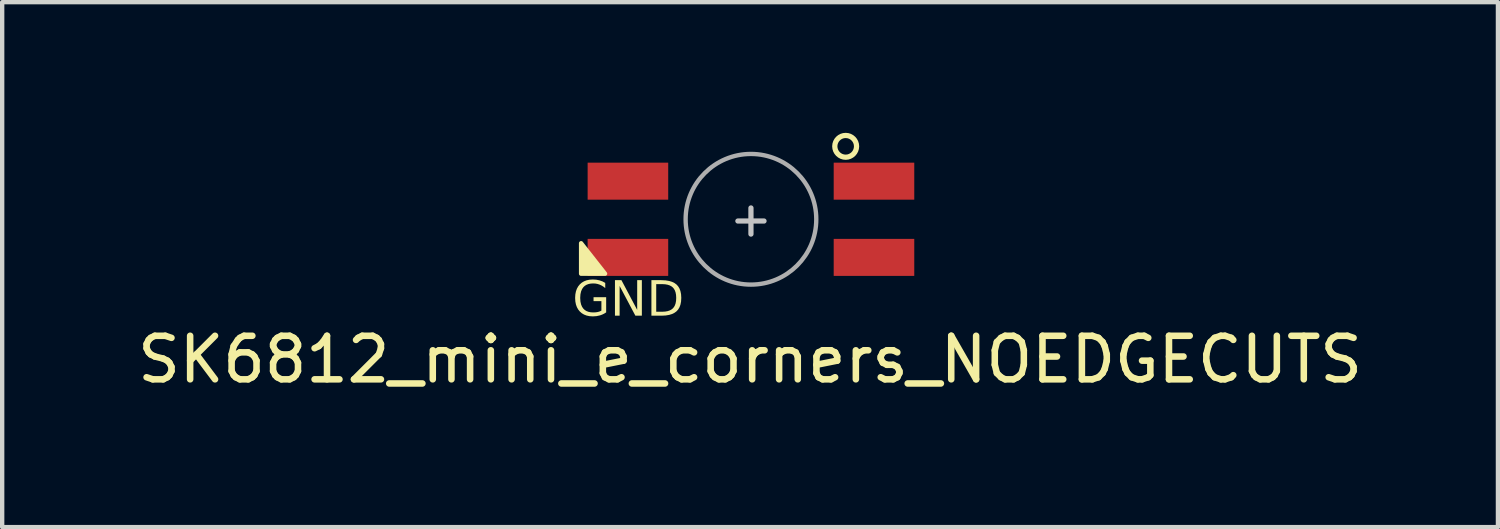
<source format=kicad_pcb>
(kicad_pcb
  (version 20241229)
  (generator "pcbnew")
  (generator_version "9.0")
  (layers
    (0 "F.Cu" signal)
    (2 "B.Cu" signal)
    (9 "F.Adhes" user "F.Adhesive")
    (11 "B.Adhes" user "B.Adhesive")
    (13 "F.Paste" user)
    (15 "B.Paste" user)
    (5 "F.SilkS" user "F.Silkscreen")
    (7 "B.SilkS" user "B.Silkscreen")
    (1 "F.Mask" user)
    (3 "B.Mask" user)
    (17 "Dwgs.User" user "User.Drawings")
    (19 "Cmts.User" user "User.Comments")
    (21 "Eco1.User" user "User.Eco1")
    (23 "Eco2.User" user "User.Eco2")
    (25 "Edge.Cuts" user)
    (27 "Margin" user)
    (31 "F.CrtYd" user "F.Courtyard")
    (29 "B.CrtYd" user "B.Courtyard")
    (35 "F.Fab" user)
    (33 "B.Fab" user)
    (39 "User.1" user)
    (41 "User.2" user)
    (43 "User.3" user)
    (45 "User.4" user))
  (footprint "SK6812_mini_e_corners_NOEDGECUTS"
    (layer "F.Cu")
    (at 14.193 1.885)
    (property "Reference" "SK6812_mini_e_corners_NOEDGECUTS" (at -0.02 3.32 0) (layer "F.SilkS") (effects (font (size 1 1) (thickness 0.15))))
    (attr through_hole)
    (fp_poly (pts (xy -1.9 1.35) (xy -3.1 1.35) (xy -3.7 0.6) (xy -1.9 0.6)) (stroke (width 0.1) (type solid)) (fill yes) (layer "F.Mask"))
    (fp_circle (center 2.175 -1.575) (end 2.325 -1.775) (stroke (width 0.12) (type solid)) (fill no) (layer "F.SilkS"))
    (fp_poly (pts (xy -3.9 0.65) (xy -3.35 1.35) (xy -3.9 1.35)) (stroke (width 0.1) (type solid)) (fill yes) (layer "F.SilkS"))
    (fp_poly (pts (xy -1.9 1.35) (xy -3.1 1.35) (xy -3.7 0.6) (xy -1.9 0.6)) (stroke (width 0.1) (type solid)) (fill yes) (layer "F.Paste"))
    (fp_line (start -0.3 0.14) (end 0.3 0.14) (stroke (width 0.12) (type solid)) (layer "Dwgs.User"))
    (fp_line (start 0 0.44) (end 0 -0.16) (stroke (width 0.12) (type solid)) (layer "Dwgs.User"))
    (fp_circle (center 0 0.1) (end 0 -1.4) (stroke (width 0.1) (type solid)) (fill no) (layer "F.Fab"))
    (fp_text user "GND" (at -4.1 2.45 0) (unlocked yes) (layer "F.SilkS") (effects (font (face "Fira Sans") (size 0.8 0.8) (thickness 0.1)) (justify left bottom)))
    (pad "1" smd rect (at 2.825 0.975) (size 1.85 0.85) (layers "F.Cu" "F.Mask" "F.Paste"))
    (pad "2" smd rect (at -2.825 0.975) (size 1.85 0.85) (layers "F.Cu"))
    (pad "3" smd rect (at -2.825 -0.775 180) (size 1.85 0.85) (layers "F.Cu" "F.Mask" "F.Paste"))
    (pad "4" smd rect (at 2.825 -0.775 180) (size 1.85 0.85) (layers "F.Cu" "F.Mask" "F.Paste")))
  (gr_rect
    (start -3 -3)
    (end 31.345 9.053)
    (stroke (width 0.1) (type default))
    (fill no)
    (layer "Edge.Cuts")))
</source>
